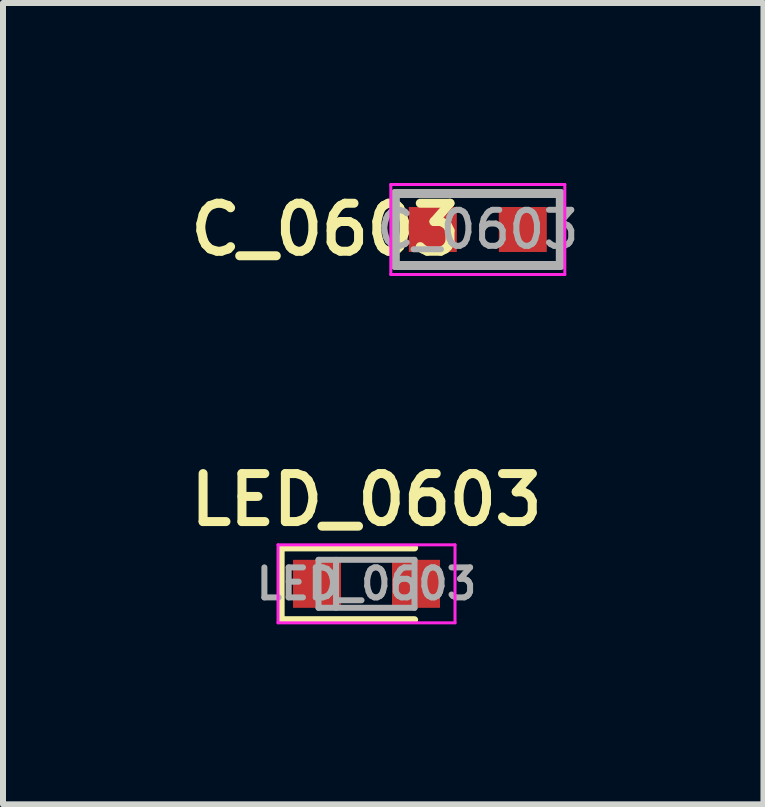
<source format=kicad_pcb>
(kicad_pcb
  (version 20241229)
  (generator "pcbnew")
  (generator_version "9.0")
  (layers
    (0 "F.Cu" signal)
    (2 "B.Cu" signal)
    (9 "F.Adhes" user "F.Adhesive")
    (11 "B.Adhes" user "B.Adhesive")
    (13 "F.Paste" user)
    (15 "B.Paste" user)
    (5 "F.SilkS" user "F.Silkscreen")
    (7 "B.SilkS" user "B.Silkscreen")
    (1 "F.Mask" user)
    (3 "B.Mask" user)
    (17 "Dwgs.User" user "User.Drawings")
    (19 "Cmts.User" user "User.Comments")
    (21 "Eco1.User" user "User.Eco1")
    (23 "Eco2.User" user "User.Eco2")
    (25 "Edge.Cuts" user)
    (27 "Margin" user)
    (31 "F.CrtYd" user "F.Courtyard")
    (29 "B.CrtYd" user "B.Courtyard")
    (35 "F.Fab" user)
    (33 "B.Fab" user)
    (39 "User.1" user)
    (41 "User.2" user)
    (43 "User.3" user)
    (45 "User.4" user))
  (footprint "LED_0603"
    (layer "F.Cu")
    (at 3.059 6.681)
    (property "Reference" "LED_0603" (at 0 -1.4 180) (layer "F.SilkS") (effects (font (size 0.8 0.8) (thickness 0.15))))
    (attr smd)
    (fp_line (start -1.425 -0.6) (end -1.425 0.6) (stroke (width 0.12) (type solid)) (layer "F.SilkS"))
    (fp_line (start -1.425 -0.6) (end 0.8 -0.6) (stroke (width 0.12) (type solid)) (layer "F.SilkS"))
    (fp_line (start -1.425 0.6) (end 0.8 0.6) (stroke (width 0.12) (type solid)) (layer "F.SilkS"))
    (fp_line (start -1.475 -0.65) (end 1.475 -0.65) (stroke (width 0.05) (type solid)) (layer "F.CrtYd"))
    (fp_line (start -1.475 0.65) (end -1.475 -0.65) (stroke (width 0.05) (type solid)) (layer "F.CrtYd"))
    (fp_line (start 1.475 -0.65) (end 1.475 0.65) (stroke (width 0.05) (type solid)) (layer "F.CrtYd"))
    (fp_line (start 1.475 0.65) (end -1.475 0.65) (stroke (width 0.05) (type solid)) (layer "F.CrtYd"))
    (fp_line (start -0.8 -0.4) (end -0.8 0.4) (stroke (width 0.1) (type solid)) (layer "F.Fab"))
    (fp_line (start -0.8 -0.4) (end 0.8 -0.4) (stroke (width 0.1) (type solid)) (layer "F.Fab"))
    (fp_line (start -0.8 0.4) (end 0.8 0.4) (stroke (width 0.1) (type solid)) (layer "F.Fab"))
    (fp_line (start -0.508 -0.4) (end -0.508 0.4) (stroke (width 0.1) (type solid)) (layer "F.Fab"))
    (fp_line (start 0.8 -0.4) (end 0.8 0.4) (stroke (width 0.1) (type solid)) (layer "F.Fab"))
    (fp_text user "${REFERENCE}" (at 0 0 180) (layer "F.Fab") (effects (font (size 0.5 0.5) (thickness 0.1))))
    (pad "1" smd rect (at -0.825 0 180) (size 0.8 0.8) (layers "F.Cu" "F.Mask" "F.Paste"))
    (pad "2" smd rect (at 0.825 0 180) (size 0.8 0.8) (layers "F.Cu" "F.Mask" "F.Paste")))
  (footprint "C_0603"
    (layer "F.Cu")
    (at 4.914 0.775)
    (property "Reference" "C_0603" (at -2.54 0 0) (layer "F.SilkS") (effects (font (size 0.8 0.8) (thickness 0.15))))
    (attr smd)
    (fp_line (start -0.35 -0.6) (end 0.35 -0.6) (stroke (width 0.15) (type solid)) (layer "F.SilkS"))
    (fp_line (start 0.35 0.6) (end -0.35 0.6) (stroke (width 0.15) (type solid)) (layer "F.SilkS"))
    (fp_line (start -1.45 -0.75) (end -1.45 0.75) (stroke (width 0.05) (type solid)) (layer "F.CrtYd"))
    (fp_line (start -1.45 -0.75) (end 1.45 -0.75) (stroke (width 0.05) (type solid)) (layer "F.CrtYd"))
    (fp_line (start -1.45 0.75) (end 1.45 0.75) (stroke (width 0.05) (type solid)) (layer "F.CrtYd"))
    (fp_line (start 1.45 -0.75) (end 1.45 0.75) (stroke (width 0.05) (type solid)) (layer "F.CrtYd"))
    (fp_line (start -1.375 -0.6) (end 1.375 -0.6) (stroke (width 0.15) (type solid)) (layer "F.Fab"))
    (fp_line (start -1.375 0.6) (end -1.375 -0.6) (stroke (width 0.15) (type solid)) (layer "F.Fab"))
    (fp_line (start 1.375 -0.6) (end 1.375 0.6) (stroke (width 0.15) (type solid)) (layer "F.Fab"))
    (fp_line (start 1.375 0.6) (end -1.375 0.6) (stroke (width 0.15) (type solid)) (layer "F.Fab"))
    (fp_text user "${REFERENCE}" (at 0 0 0) (layer "F.Fab") (effects (font (size 0.6 0.6) (thickness 0.1))))
    (pad "1" smd rect (at -0.75 0) (size 0.8 0.75) (layers "F.Cu" "F.Mask" "F.Paste"))
    (pad "2" smd rect (at 0.75 0) (size 0.8 0.75) (layers "F.Cu" "F.Mask" "F.Paste")))
  (gr_rect
    (start -3 -3)
    (end 9.675 10.356)
    (stroke (width 0.1) (type default))
    (fill no)
    (layer "Edge.Cuts")))
</source>
